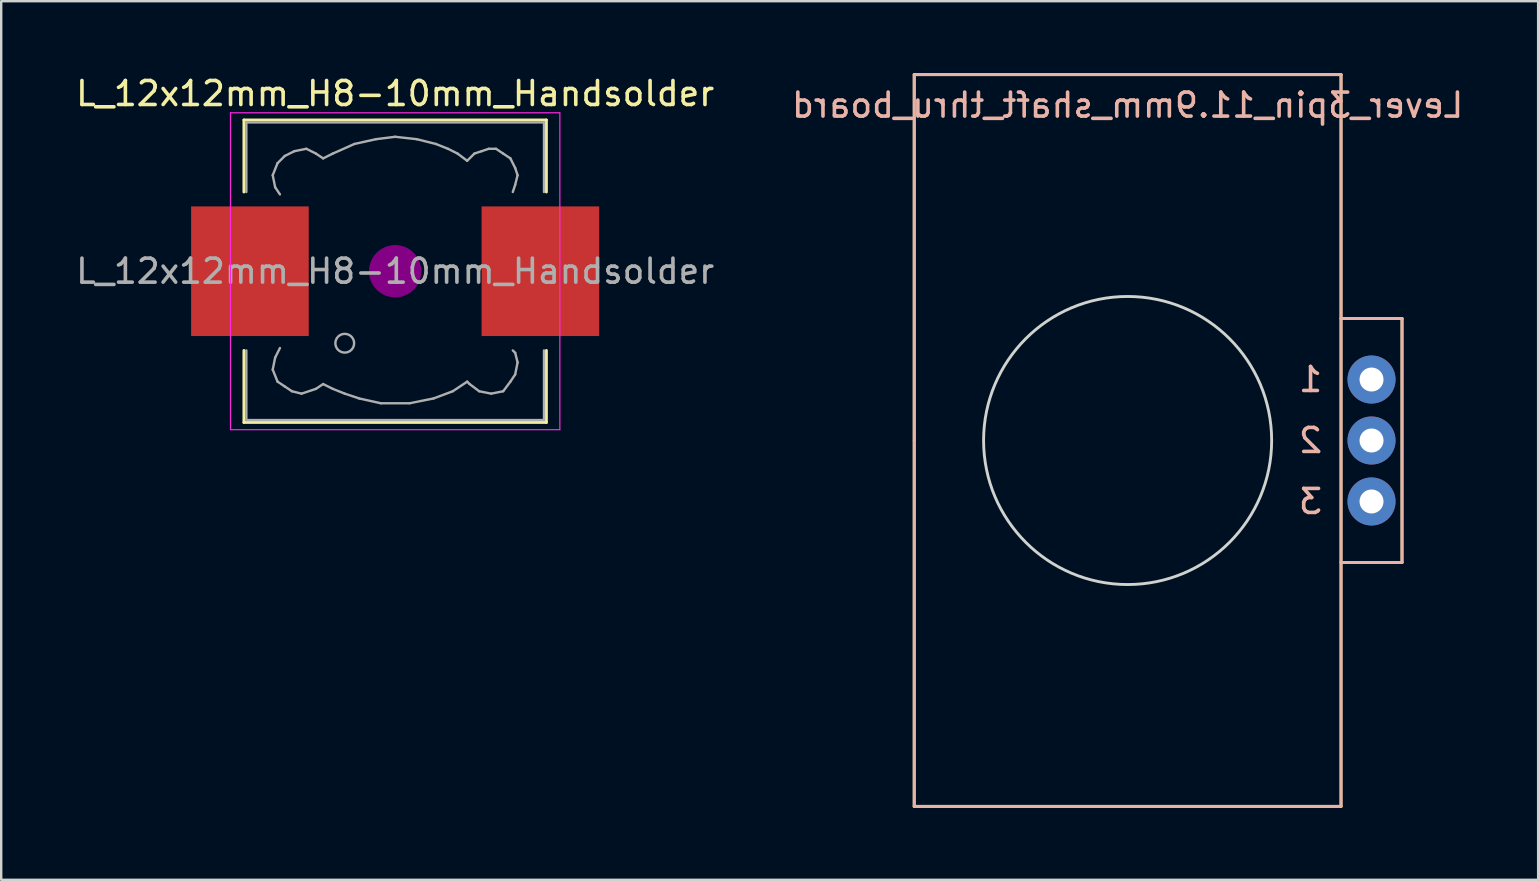
<source format=kicad_pcb>
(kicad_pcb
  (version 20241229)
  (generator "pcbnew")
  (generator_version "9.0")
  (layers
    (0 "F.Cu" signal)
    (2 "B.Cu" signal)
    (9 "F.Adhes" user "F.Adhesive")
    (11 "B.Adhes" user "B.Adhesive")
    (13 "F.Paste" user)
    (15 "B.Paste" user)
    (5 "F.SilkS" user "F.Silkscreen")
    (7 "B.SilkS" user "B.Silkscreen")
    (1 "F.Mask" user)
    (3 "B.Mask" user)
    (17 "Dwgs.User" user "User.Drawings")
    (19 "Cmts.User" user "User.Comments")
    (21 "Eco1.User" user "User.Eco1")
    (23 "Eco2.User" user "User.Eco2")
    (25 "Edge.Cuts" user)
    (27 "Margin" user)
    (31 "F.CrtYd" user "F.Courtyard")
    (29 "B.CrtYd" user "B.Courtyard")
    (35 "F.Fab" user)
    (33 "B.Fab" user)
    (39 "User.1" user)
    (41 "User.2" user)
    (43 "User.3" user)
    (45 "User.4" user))
  (footprint "L_12x12mm_H8-10mm_Handsolder"
    (layer "F.Cu")
    (at 13.411 8.248)
    (property "Reference" "L_12x12mm_H8-10mm_Handsolder" (at 0 -7.4 0) (layer "F.SilkS") (effects (font (size 1 1) (thickness 0.15))))
    (attr smd)
    (fp_line (start -6.3 -6.3) (end 6.3 -6.3) (stroke (width 0.12) (type solid)) (layer "F.SilkS"))
    (fp_line (start -6.3 -3.3) (end -6.3 -6.3) (stroke (width 0.12) (type solid)) (layer "F.SilkS"))
    (fp_line (start -6.3 6.3) (end -6.3 3.3) (stroke (width 0.12) (type solid)) (layer "F.SilkS"))
    (fp_line (start 6.3 -6.3) (end 6.3 -3.3) (stroke (width 0.12) (type solid)) (layer "F.SilkS"))
    (fp_line (start 6.3 3.3) (end 6.3 6.3) (stroke (width 0.12) (type solid)) (layer "F.SilkS"))
    (fp_line (start 6.3 6.3) (end -6.3 6.3) (stroke (width 0.12) (type solid)) (layer "F.SilkS"))
    (fp_circle (center 0 0) (end 0.15 0.15) (stroke (width 0.38) (type solid)) (fill no) (layer "F.Adhes"))
    (fp_circle (center 0 0) (end 0.55 0) (stroke (width 0.38) (type solid)) (fill no) (layer "F.Adhes"))
    (fp_circle (center 0 0) (end 0.9 0) (stroke (width 0.38) (type solid)) (fill no) (layer "F.Adhes"))
    (fp_line (start -6.86 -6.6) (end 6.86 -6.6) (stroke (width 0.05) (type solid)) (layer "F.CrtYd"))
    (fp_line (start -6.86 6.6) (end -6.86 -6.6) (stroke (width 0.05) (type solid)) (layer "F.CrtYd"))
    (fp_line (start 6.86 -6.6) (end 6.86 6.6) (stroke (width 0.05) (type solid)) (layer "F.CrtYd"))
    (fp_line (start 6.86 6.6) (end -6.86 6.6) (stroke (width 0.05) (type solid)) (layer "F.CrtYd"))
    (fp_line (start -6.2 -6.2) (end -6.2 -3.3) (stroke (width 0.1) (type solid)) (layer "F.Fab"))
    (fp_line (start -6.2 3.3) (end -6.2 6.2) (stroke (width 0.1) (type solid)) (layer "F.Fab"))
    (fp_line (start -6.2 6.2) (end 6.2 6.2) (stroke (width 0.1) (type solid)) (layer "F.Fab"))
    (fp_line (start -5.1 -4) (end -5 -3.5) (stroke (width 0.1) (type solid)) (layer "F.Fab"))
    (fp_line (start -5.1 4.1) (end -5 3.6) (stroke (width 0.1) (type solid)) (layer "F.Fab"))
    (fp_line (start -5 -3.5) (end -4.8 -3.2) (stroke (width 0.1) (type solid)) (layer "F.Fab"))
    (fp_line (start -5 3.6) (end -4.8 3.2) (stroke (width 0.1) (type solid)) (layer "F.Fab"))
    (fp_line (start -4.9 -4.5) (end -5.1 -4) (stroke (width 0.1) (type solid)) (layer "F.Fab"))
    (fp_line (start -4.9 4.6) (end -5.1 4.1) (stroke (width 0.1) (type solid)) (layer "F.Fab"))
    (fp_line (start -4.6 -4.8) (end -4.9 -4.5) (stroke (width 0.1) (type solid)) (layer "F.Fab"))
    (fp_line (start -4.6 4.8) (end -4.9 4.6) (stroke (width 0.1) (type solid)) (layer "F.Fab"))
    (fp_line (start -4.3 5) (end -4.6 4.8) (stroke (width 0.1) (type solid)) (layer "F.Fab"))
    (fp_line (start -4.2 -5) (end -4.6 -4.8) (stroke (width 0.1) (type solid)) (layer "F.Fab"))
    (fp_line (start -3.9 5.1) (end -4.3 5) (stroke (width 0.1) (type solid)) (layer "F.Fab"))
    (fp_line (start -3.7 -5.1) (end -4.2 -5) (stroke (width 0.1) (type solid)) (layer "F.Fab"))
    (fp_line (start -3.3 -4.9) (end -3.7 -5.1) (stroke (width 0.1) (type solid)) (layer "F.Fab"))
    (fp_line (start -3.3 4.9) (end -3.9 5.1) (stroke (width 0.1) (type solid)) (layer "F.Fab"))
    (fp_line (start -3 -4.7) (end -3.3 -4.9) (stroke (width 0.1) (type solid)) (layer "F.Fab"))
    (fp_line (start -3 4.7) (end -3.3 4.9) (stroke (width 0.1) (type solid)) (layer "F.Fab"))
    (fp_line (start -2.6 -4.9) (end -3 -4.7) (stroke (width 0.1) (type solid)) (layer "F.Fab"))
    (fp_line (start -2.6 4.9) (end -3 4.7) (stroke (width 0.1) (type solid)) (layer "F.Fab"))
    (fp_line (start -2.1 5.1) (end -2.6 4.9) (stroke (width 0.1) (type solid)) (layer "F.Fab"))
    (fp_line (start -1.7 -5.3) (end -2.6 -4.9) (stroke (width 0.1) (type solid)) (layer "F.Fab"))
    (fp_line (start -1.5 5.3) (end -2.1 5.1) (stroke (width 0.1) (type solid)) (layer "F.Fab"))
    (fp_line (start -0.8 -5.5) (end -1.7 -5.3) (stroke (width 0.1) (type solid)) (layer "F.Fab"))
    (fp_line (start -0.6 5.5) (end -1.5 5.3) (stroke (width 0.1) (type solid)) (layer "F.Fab"))
    (fp_line (start 0 -5.6) (end -0.8 -5.5) (stroke (width 0.1) (type solid)) (layer "F.Fab"))
    (fp_line (start 0.6 5.5) (end -0.6 5.5) (stroke (width 0.1) (type solid)) (layer "F.Fab"))
    (fp_line (start 0.9 -5.5) (end 0 -5.6) (stroke (width 0.1) (type solid)) (layer "F.Fab"))
    (fp_line (start 1.6 5.3) (end 0.6 5.5) (stroke (width 0.1) (type solid)) (layer "F.Fab"))
    (fp_line (start 1.7 -5.3) (end 0.9 -5.5) (stroke (width 0.1) (type solid)) (layer "F.Fab"))
    (fp_line (start 2.2 -5.1) (end 1.7 -5.3) (stroke (width 0.1) (type solid)) (layer "F.Fab"))
    (fp_line (start 2.4 5) (end 1.6 5.3) (stroke (width 0.1) (type solid)) (layer "F.Fab"))
    (fp_line (start 2.6 -4.9) (end 2.2 -5.1) (stroke (width 0.1) (type solid)) (layer "F.Fab"))
    (fp_line (start 3 -4.6) (end 2.6 -4.9) (stroke (width 0.1) (type solid)) (layer "F.Fab"))
    (fp_line (start 3 4.6) (end 2.4 5) (stroke (width 0.1) (type solid)) (layer "F.Fab"))
    (fp_line (start 3.1 4.7) (end 3 4.6) (stroke (width 0.1) (type solid)) (layer "F.Fab"))
    (fp_line (start 3.3 -4.9) (end 3 -4.6) (stroke (width 0.1) (type solid)) (layer "F.Fab"))
    (fp_line (start 3.5 5) (end 3.1 4.7) (stroke (width 0.1) (type solid)) (layer "F.Fab"))
    (fp_line (start 3.6 -5) (end 3.3 -4.9) (stroke (width 0.1) (type solid)) (layer "F.Fab"))
    (fp_line (start 3.9 -5.1) (end 3.6 -5) (stroke (width 0.1) (type solid)) (layer "F.Fab"))
    (fp_line (start 4 5.1) (end 3.5 5) (stroke (width 0.1) (type solid)) (layer "F.Fab"))
    (fp_line (start 4.2 -5.1) (end 3.9 -5.1) (stroke (width 0.1) (type solid)) (layer "F.Fab"))
    (fp_line (start 4.5 -4.9) (end 4.2 -5.1) (stroke (width 0.1) (type solid)) (layer "F.Fab"))
    (fp_line (start 4.5 5) (end 4 5.1) (stroke (width 0.1) (type solid)) (layer "F.Fab"))
    (fp_line (start 4.8 -4.7) (end 4.5 -4.9) (stroke (width 0.1) (type solid)) (layer "F.Fab"))
    (fp_line (start 4.8 4.6) (end 4.5 5) (stroke (width 0.1) (type solid)) (layer "F.Fab"))
    (fp_line (start 4.9 -3.3) (end 5 -3.6) (stroke (width 0.1) (type solid)) (layer "F.Fab"))
    (fp_line (start 4.9 3.3) (end 5 3.4) (stroke (width 0.1) (type solid)) (layer "F.Fab"))
    (fp_line (start 5 -4.3) (end 4.8 -4.7) (stroke (width 0.1) (type solid)) (layer "F.Fab"))
    (fp_line (start 5 -3.6) (end 5.1 -4) (stroke (width 0.1) (type solid)) (layer "F.Fab"))
    (fp_line (start 5 3.4) (end 5.1 3.8) (stroke (width 0.1) (type solid)) (layer "F.Fab"))
    (fp_line (start 5 4.3) (end 4.8 4.6) (stroke (width 0.1) (type solid)) (layer "F.Fab"))
    (fp_line (start 5.1 -4) (end 5 -4.3) (stroke (width 0.1) (type solid)) (layer "F.Fab"))
    (fp_line (start 5.1 3.8) (end 5 4.3) (stroke (width 0.1) (type solid)) (layer "F.Fab"))
    (fp_line (start 6.2 -6.2) (end -6.2 -6.2) (stroke (width 0.1) (type solid)) (layer "F.Fab"))
    (fp_line (start 6.2 -6.2) (end 6.2 -3.3) (stroke (width 0.1) (type solid)) (layer "F.Fab"))
    (fp_line (start 6.2 6.2) (end 6.2 3.3) (stroke (width 0.1) (type solid)) (layer "F.Fab"))
    (fp_circle (center -2.1 3) (end -1.8 3.25) (stroke (width 0.1) (type solid)) (fill no) (layer "F.Fab"))
    (fp_text user "${REFERENCE}" (at 0 0 0) (layer "F.Fab") (effects (font (size 1 1) (thickness 0.15))))
    (pad "1" smd rect (at -6.05 0) (size 4.9 5.4) (layers "F.Cu" "F.Mask" "F.Paste"))
    (pad "2" smd rect (at 6.05 0) (size 4.9 5.4) (layers "F.Cu" "F.Mask" "F.Paste")))
  (footprint "Lever_3pin_11.9mm_shaft_thru_board"
    (layer "F.Cu")
    (at 43.923 15.3)
    (property "Reference" "Lever_3pin_11.9mm_shaft_thru_board" (at 0 -13.97 0) (layer "B.SilkS") (effects (font (size 1 1) (thickness 0.15)) (justify mirror)))
    (attr through_hole)
    (fp_line (start -8.89 -15.24) (end 8.89 -15.24) (stroke (width 0.12) (type solid)) (layer "F.SilkS"))
    (fp_line (start -8.89 15.24) (end -8.89 -15.24) (stroke (width 0.12) (type solid)) (layer "F.SilkS"))
    (fp_line (start 8.89 -15.24) (end 8.89 15.24) (stroke (width 0.12) (type solid)) (layer "F.SilkS"))
    (fp_line (start 8.89 -5.08) (end 11.43 -5.08) (stroke (width 0.12) (type solid)) (layer "F.SilkS"))
    (fp_line (start 8.89 15.24) (end -8.89 15.24) (stroke (width 0.12) (type solid)) (layer "F.SilkS"))
    (fp_line (start 11.43 -5.08) (end 11.43 5.08) (stroke (width 0.12) (type solid)) (layer "F.SilkS"))
    (fp_line (start 11.43 5.08) (end 8.89 5.08) (stroke (width 0.12) (type solid)) (layer "F.SilkS"))
    (fp_line (start -8.89 -15.24) (end 8.89 -15.24) (stroke (width 0.12) (type solid)) (layer "B.SilkS"))
    (fp_line (start -8.89 0) (end -8.89 -15.24) (stroke (width 0.12) (type solid)) (layer "B.SilkS"))
    (fp_line (start -8.89 15.24) (end -8.89 0) (stroke (width 0.12) (type solid)) (layer "B.SilkS"))
    (fp_line (start 8.89 -15.24) (end 8.89 15.24) (stroke (width 0.12) (type solid)) (layer "B.SilkS"))
    (fp_line (start 8.89 -5.08) (end 11.43 -5.08) (stroke (width 0.12) (type solid)) (layer "B.SilkS"))
    (fp_line (start 8.89 15.24) (end -8.89 15.24) (stroke (width 0.12) (type solid)) (layer "B.SilkS"))
    (fp_line (start 11.43 -5.08) (end 11.43 5.08) (stroke (width 0.12) (type solid)) (layer "B.SilkS"))
    (fp_line (start 11.43 5.08) (end 8.89 5.08) (stroke (width 0.12) (type solid)) (layer "B.SilkS"))
    (fp_circle (center 0 0) (end 6 0) (stroke (width 0.12) (type solid)) (fill no) (layer "Eco1.User"))
    (fp_circle (center 0 0) (end 6 0) (stroke (width 0.12) (type solid)) (fill no) (layer "Edge.Cuts"))
    (fp_text user "1" (at 7.62 -2.54 0) (layer "B.SilkS") (effects (font (size 1 1) (thickness 0.15)) (justify mirror)))
    (fp_text user "3" (at 7.62 2.54 0) (layer "B.SilkS") (effects (font (size 1 1) (thickness 0.15)) (justify mirror)))
    (fp_text user "2" (at 7.62 0 0) (layer "B.SilkS") (effects (font (size 1 1) (thickness 0.15)) (justify mirror)))
    (pad "1" thru_hole circle (at 10.16 -2.54) (size 2 2) (drill 1) (layers "*.Cu" "*.Mask"))
    (pad "2" thru_hole circle (at 10.16 0) (size 2 2) (drill 1) (layers "*.Cu" "*.Mask"))
    (pad "3" thru_hole circle (at 10.16 2.54) (size 2 2) (drill 1) (layers "*.Cu" "*.Mask")))
  (gr_rect
    (start -3 -3)
    (end 61.024 33.6)
    (stroke (width 0.1) (type default))
    (fill no)
    (layer "Edge.Cuts")))
</source>
